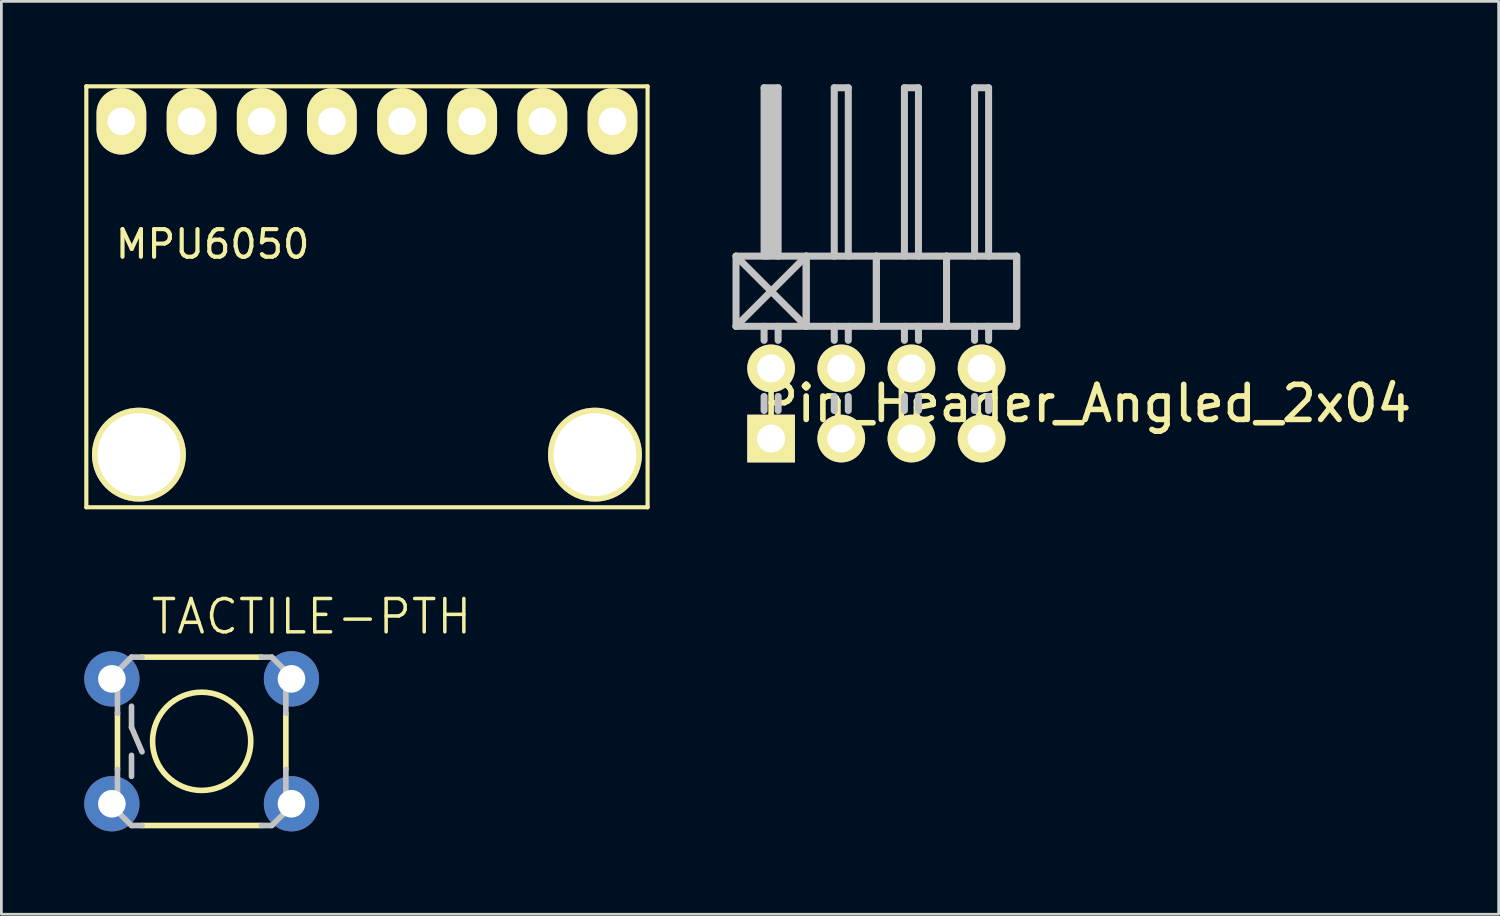
<source format=kicad_pcb>
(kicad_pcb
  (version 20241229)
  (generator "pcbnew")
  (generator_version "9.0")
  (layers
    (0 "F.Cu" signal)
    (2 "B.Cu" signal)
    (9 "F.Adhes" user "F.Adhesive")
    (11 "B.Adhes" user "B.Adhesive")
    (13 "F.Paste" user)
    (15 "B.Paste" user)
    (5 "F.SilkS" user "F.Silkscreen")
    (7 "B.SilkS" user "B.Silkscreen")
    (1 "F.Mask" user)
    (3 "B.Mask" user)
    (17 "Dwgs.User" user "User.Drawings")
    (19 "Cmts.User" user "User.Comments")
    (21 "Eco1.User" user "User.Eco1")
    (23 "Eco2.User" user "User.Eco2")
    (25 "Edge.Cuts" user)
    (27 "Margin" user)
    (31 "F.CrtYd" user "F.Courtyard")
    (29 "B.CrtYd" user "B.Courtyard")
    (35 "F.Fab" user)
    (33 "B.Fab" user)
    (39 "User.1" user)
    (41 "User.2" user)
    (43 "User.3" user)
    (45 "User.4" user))
  (footprint "MPU6050"
    (layer "F.Cu")
    (at 10.235 7.695)
    (property "Reference" "MPU6050" (at -5.588 -1.905 0) (layer "F.SilkS") (effects (font (size 1 1) (thickness 0.15))))
    (attr through_hole)
    (fp_line (start -10.16 -7.62) (end 10.16 -7.62) (stroke (width 0.15) (type solid)) (layer "F.SilkS"))
    (fp_line (start -10.16 7.62) (end -10.16 -7.62) (stroke (width 0.15) (type solid)) (layer "F.SilkS"))
    (fp_line (start 10.16 -7.62) (end 10.16 7.62) (stroke (width 0.15) (type solid)) (layer "F.SilkS"))
    (fp_line (start 10.16 7.62) (end -10.16 7.62) (stroke (width 0.15) (type solid)) (layer "F.SilkS"))
    (pad "" thru_hole circle (at -8.255 5.715) (size 3.4 3.4) (drill 3) (layers "*.Cu" "*.Mask" "F.SilkS"))
    (pad "" thru_hole circle (at 8.255 5.715) (size 3.4 3.4) (drill 3) (layers "*.Cu" "*.Mask" "F.SilkS"))
    (pad "1" thru_hole oval (at 8.89 -6.35 90) (size 2.4 1.8) (drill 1) (layers "*.Cu" "*.Mask" "F.SilkS"))
    (pad "2" thru_hole oval (at 6.35 -6.35 90) (size 2.4 1.8) (drill 1) (layers "*.Cu" "*.Mask" "F.SilkS"))
    (pad "3" thru_hole oval (at 3.81 -6.35 90) (size 2.4 1.8) (drill 1) (layers "*.Cu" "*.Mask" "F.SilkS"))
    (pad "4" thru_hole oval (at 1.27 -6.35 90) (size 2.4 1.8) (drill 1) (layers "*.Cu" "*.Mask" "F.SilkS"))
    (pad "5" thru_hole oval (at -1.27 -6.35 90) (size 2.4 1.8) (drill 1) (layers "*.Cu" "*.Mask" "F.SilkS"))
    (pad "6" thru_hole oval (at -3.81 -6.35 90) (size 2.4 1.8) (drill 1) (layers "*.Cu" "*.Mask" "F.SilkS"))
    (pad "7" thru_hole oval (at -6.35 -6.35 90) (size 2.4 1.8) (drill 1) (layers "*.Cu" "*.Mask" "F.SilkS"))
    (pad "8" thru_hole oval (at -8.89 -6.35 90) (size 2.4 1.8) (drill 1) (layers "*.Cu" "*.Mask" "F.SilkS")))
  (footprint "TACTILE-PTH"
    (layer "F.Cu")
    (at 4.251 23.788)
    (property "Reference" "TACTILE-PTH" (at -1.905 -3.81 0) (layer "F.SilkS") (effects (font (size 1.206 1.206) (thickness 0.127)) (justify left bottom)))
    (attr through_hole)
    (fp_line (start -3.048 -1.028) (end -3.048 1.016) (stroke (width 0.203) (type solid)) (layer "F.SilkS"))
    (fp_line (start -2.159 3.048) (end 2.159 3.048) (stroke (width 0.203) (type solid)) (layer "F.SilkS"))
    (fp_line (start 2.159 -3.048) (end -2.159 -3.048) (stroke (width 0.203) (type solid)) (layer "F.SilkS"))
    (fp_line (start 3.048 -0.998) (end 3.048 1.016) (stroke (width 0.203) (type solid)) (layer "F.SilkS"))
    (fp_circle (center 0 0) (end 1.778 0) (stroke (width 0.203) (type solid)) (fill no) (layer "F.SilkS"))
    (fp_line (start -3.048 -2.54) (end -3.048 -1.016) (stroke (width 0.203) (type solid)) (layer "Dwgs.User"))
    (fp_line (start -3.048 2.54) (end -3.048 1.016) (stroke (width 0.203) (type solid)) (layer "Dwgs.User"))
    (fp_line (start -2.54 -3.048) (end -3.048 -2.54) (stroke (width 0.203) (type solid)) (layer "Dwgs.User"))
    (fp_line (start -2.54 -3.048) (end -2.159 -3.048) (stroke (width 0.203) (type solid)) (layer "Dwgs.User"))
    (fp_line (start -2.54 -1.27) (end -2.54 -0.508) (stroke (width 0.203) (type solid)) (layer "Dwgs.User"))
    (fp_line (start -2.54 -0.508) (end -2.159 0.381) (stroke (width 0.203) (type solid)) (layer "Dwgs.User"))
    (fp_line (start -2.54 0.508) (end -2.54 1.27) (stroke (width 0.203) (type solid)) (layer "Dwgs.User"))
    (fp_line (start -2.54 3.048) (end -3.048 2.54) (stroke (width 0.203) (type solid)) (layer "Dwgs.User"))
    (fp_line (start -2.54 3.048) (end -2.159 3.048) (stroke (width 0.203) (type solid)) (layer "Dwgs.User"))
    (fp_line (start 2.54 -3.048) (end 2.159 -3.048) (stroke (width 0.203) (type solid)) (layer "Dwgs.User"))
    (fp_line (start 2.54 3.048) (end 2.159 3.048) (stroke (width 0.203) (type solid)) (layer "Dwgs.User"))
    (fp_line (start 2.54 3.048) (end 3.048 2.54) (stroke (width 0.203) (type solid)) (layer "Dwgs.User"))
    (fp_line (start 3.048 -2.54) (end 2.54 -3.048) (stroke (width 0.203) (type solid)) (layer "Dwgs.User"))
    (fp_line (start 3.048 -1.016) (end 3.048 -2.54) (stroke (width 0.203) (type solid)) (layer "Dwgs.User"))
    (fp_line (start 3.048 2.54) (end 3.048 1.016) (stroke (width 0.203) (type solid)) (layer "Dwgs.User"))
    (pad "1" thru_hole circle (at -3.251 -2.261) (size 2 2) (drill 1) (layers "*.Cu" "*.Mask"))
    (pad "1" thru_hole circle (at 3.251 -2.261) (size 2 2) (drill 1) (layers "*.Cu" "*.Mask"))
    (pad "2" thru_hole circle (at -3.251 2.261) (size 2 2) (drill 1) (layers "*.Cu" "*.Mask"))
    (pad "2" thru_hole circle (at 3.251 2.261) (size 2 2) (drill 1) (layers "*.Cu" "*.Mask")))
  (footprint "Pin_Header_Angled_2x04"
    (layer "F.Cu")
    (at 28.677 11.557)
    (property "Reference" "Pin_Header_Angled_2x04" (at 7.62 0 0) (layer "F.SilkS") (effects (font (size 1.27 1.27) (thickness 0.203))))
    (attr through_hole)
    (fp_line (start -5.08 -5.334) (end -2.54 -2.794) (stroke (width 0.254) (type solid)) (layer "Dwgs.User"))
    (fp_line (start -5.08 -2.794) (end -5.08 -5.334) (stroke (width 0.254) (type solid)) (layer "Dwgs.User"))
    (fp_line (start -5.08 -2.794) (end -2.54 -5.334) (stroke (width 0.254) (type solid)) (layer "Dwgs.User"))
    (fp_line (start -5.08 -2.794) (end -2.54 -2.794) (stroke (width 0.254) (type solid)) (layer "Dwgs.User"))
    (fp_line (start -4.064 -11.43) (end -3.556 -11.43) (stroke (width 0.254) (type solid)) (layer "Dwgs.User"))
    (fp_line (start -4.064 -5.334) (end -4.064 -11.43) (stroke (width 0.254) (type solid)) (layer "Dwgs.User"))
    (fp_line (start -4.064 -2.794) (end -4.064 -2.286) (stroke (width 0.254) (type solid)) (layer "Dwgs.User"))
    (fp_line (start -4.064 -0.254) (end -4.064 0.254) (stroke (width 0.254) (type solid)) (layer "Dwgs.User"))
    (fp_line (start -3.937 -11.303) (end -3.683 -11.303) (stroke (width 0.254) (type solid)) (layer "Dwgs.User"))
    (fp_line (start -3.937 -5.334) (end -3.937 -11.303) (stroke (width 0.254) (type solid)) (layer "Dwgs.User"))
    (fp_line (start -3.81 -5.461) (end -3.81 -11.303) (stroke (width 0.254) (type solid)) (layer "Dwgs.User"))
    (fp_line (start -3.683 -11.303) (end -3.683 -5.461) (stroke (width 0.254) (type solid)) (layer "Dwgs.User"))
    (fp_line (start -3.683 -5.461) (end -3.81 -5.461) (stroke (width 0.254) (type solid)) (layer "Dwgs.User"))
    (fp_line (start -3.556 -11.43) (end -3.556 -5.334) (stroke (width 0.254) (type solid)) (layer "Dwgs.User"))
    (fp_line (start -3.556 -2.794) (end -3.556 -2.286) (stroke (width 0.254) (type solid)) (layer "Dwgs.User"))
    (fp_line (start -3.556 -0.254) (end -3.556 0.254) (stroke (width 0.254) (type solid)) (layer "Dwgs.User"))
    (fp_line (start -2.54 -5.334) (end -5.08 -5.334) (stroke (width 0.254) (type solid)) (layer "Dwgs.User"))
    (fp_line (start -2.54 -2.794) (end -2.54 -5.334) (stroke (width 0.254) (type solid)) (layer "Dwgs.User"))
    (fp_line (start -2.54 -2.794) (end -2.54 -5.334) (stroke (width 0.254) (type solid)) (layer "Dwgs.User"))
    (fp_line (start -2.54 -2.794) (end 0 -2.794) (stroke (width 0.254) (type solid)) (layer "Dwgs.User"))
    (fp_line (start -1.524 -11.43) (end -1.016 -11.43) (stroke (width 0.254) (type solid)) (layer "Dwgs.User"))
    (fp_line (start -1.524 -5.334) (end -1.524 -11.43) (stroke (width 0.254) (type solid)) (layer "Dwgs.User"))
    (fp_line (start -1.524 -2.794) (end -1.524 -2.286) (stroke (width 0.254) (type solid)) (layer "Dwgs.User"))
    (fp_line (start -1.524 -0.254) (end -1.524 0.254) (stroke (width 0.254) (type solid)) (layer "Dwgs.User"))
    (fp_line (start -1.016 -11.43) (end -1.016 -5.334) (stroke (width 0.254) (type solid)) (layer "Dwgs.User"))
    (fp_line (start -1.016 -2.794) (end -1.016 -2.286) (stroke (width 0.254) (type solid)) (layer "Dwgs.User"))
    (fp_line (start -1.016 -0.254) (end -1.016 0.254) (stroke (width 0.254) (type solid)) (layer "Dwgs.User"))
    (fp_line (start 0 -5.334) (end -2.54 -5.334) (stroke (width 0.254) (type solid)) (layer "Dwgs.User"))
    (fp_line (start 0 -2.794) (end 0 -5.334) (stroke (width 0.254) (type solid)) (layer "Dwgs.User"))
    (fp_line (start 0 -2.794) (end 0 -5.334) (stroke (width 0.254) (type solid)) (layer "Dwgs.User"))
    (fp_line (start 0 -2.794) (end 2.54 -2.794) (stroke (width 0.254) (type solid)) (layer "Dwgs.User"))
    (fp_line (start 1.016 -11.43) (end 1.524 -11.43) (stroke (width 0.254) (type solid)) (layer "Dwgs.User"))
    (fp_line (start 1.016 -5.334) (end 1.016 -11.43) (stroke (width 0.254) (type solid)) (layer "Dwgs.User"))
    (fp_line (start 1.016 -2.794) (end 1.016 -2.286) (stroke (width 0.254) (type solid)) (layer "Dwgs.User"))
    (fp_line (start 1.016 -0.254) (end 1.016 0.254) (stroke (width 0.254) (type solid)) (layer "Dwgs.User"))
    (fp_line (start 1.524 -11.43) (end 1.524 -5.334) (stroke (width 0.254) (type solid)) (layer "Dwgs.User"))
    (fp_line (start 1.524 -2.794) (end 1.524 -2.286) (stroke (width 0.254) (type solid)) (layer "Dwgs.User"))
    (fp_line (start 1.524 -0.254) (end 1.524 0.254) (stroke (width 0.254) (type solid)) (layer "Dwgs.User"))
    (fp_line (start 2.54 -5.334) (end 0 -5.334) (stroke (width 0.254) (type solid)) (layer "Dwgs.User"))
    (fp_line (start 2.54 -2.794) (end 2.54 -5.334) (stroke (width 0.254) (type solid)) (layer "Dwgs.User"))
    (fp_line (start 2.54 -2.794) (end 2.54 -5.334) (stroke (width 0.254) (type solid)) (layer "Dwgs.User"))
    (fp_line (start 2.54 -2.794) (end 5.08 -2.794) (stroke (width 0.254) (type solid)) (layer "Dwgs.User"))
    (fp_line (start 3.556 -11.43) (end 4.064 -11.43) (stroke (width 0.254) (type solid)) (layer "Dwgs.User"))
    (fp_line (start 3.556 -5.334) (end 3.556 -11.43) (stroke (width 0.254) (type solid)) (layer "Dwgs.User"))
    (fp_line (start 3.556 -2.794) (end 3.556 -2.286) (stroke (width 0.254) (type solid)) (layer "Dwgs.User"))
    (fp_line (start 3.556 -0.254) (end 3.556 0.254) (stroke (width 0.254) (type solid)) (layer "Dwgs.User"))
    (fp_line (start 4.064 -11.43) (end 4.064 -5.334) (stroke (width 0.254) (type solid)) (layer "Dwgs.User"))
    (fp_line (start 4.064 -2.794) (end 4.064 -2.286) (stroke (width 0.254) (type solid)) (layer "Dwgs.User"))
    (fp_line (start 4.064 -0.254) (end 4.064 0.254) (stroke (width 0.254) (type solid)) (layer "Dwgs.User"))
    (fp_line (start 5.08 -5.334) (end 2.54 -5.334) (stroke (width 0.254) (type solid)) (layer "Dwgs.User"))
    (fp_line (start 5.08 -2.794) (end 5.08 -5.334) (stroke (width 0.254) (type solid)) (layer "Dwgs.User"))
    (fp_line (start 5.08 -2.794) (end 5.08 -5.334) (stroke (width 0.254) (type solid)) (layer "Dwgs.User"))
    (pad "1" thru_hole rect (at -3.81 1.27) (size 1.727 1.727) (drill 1.016) (layers "*.Cu" "*.Mask" "F.SilkS"))
    (pad "2" thru_hole oval (at -3.81 -1.27) (size 1.727 1.727) (drill 1.016) (layers "*.Cu" "*.Mask" "F.SilkS"))
    (pad "3" thru_hole oval (at -1.27 1.27) (size 1.727 1.727) (drill 1.016) (layers "*.Cu" "*.Mask" "F.SilkS"))
    (pad "4" thru_hole oval (at -1.27 -1.27) (size 1.727 1.727) (drill 1.016) (layers "*.Cu" "*.Mask" "F.SilkS"))
    (pad "5" thru_hole oval (at 1.27 1.27) (size 1.727 1.727) (drill 1.016) (layers "*.Cu" "*.Mask" "F.SilkS"))
    (pad "6" thru_hole oval (at 1.27 -1.27) (size 1.727 1.727) (drill 1.016) (layers "*.Cu" "*.Mask" "F.SilkS"))
    (pad "7" thru_hole oval (at 3.81 1.27) (size 1.727 1.727) (drill 1.016) (layers "*.Cu" "*.Mask" "F.SilkS"))
    (pad "8" thru_hole oval (at 3.81 -1.27) (size 1.727 1.727) (drill 1.016) (layers "*.Cu" "*.Mask" "F.SilkS")))
  (gr_rect
    (start -3 -3)
    (end 51.207 30.048)
    (stroke (width 0.1) (type default))
    (fill no)
    (layer "Edge.Cuts")))
</source>
